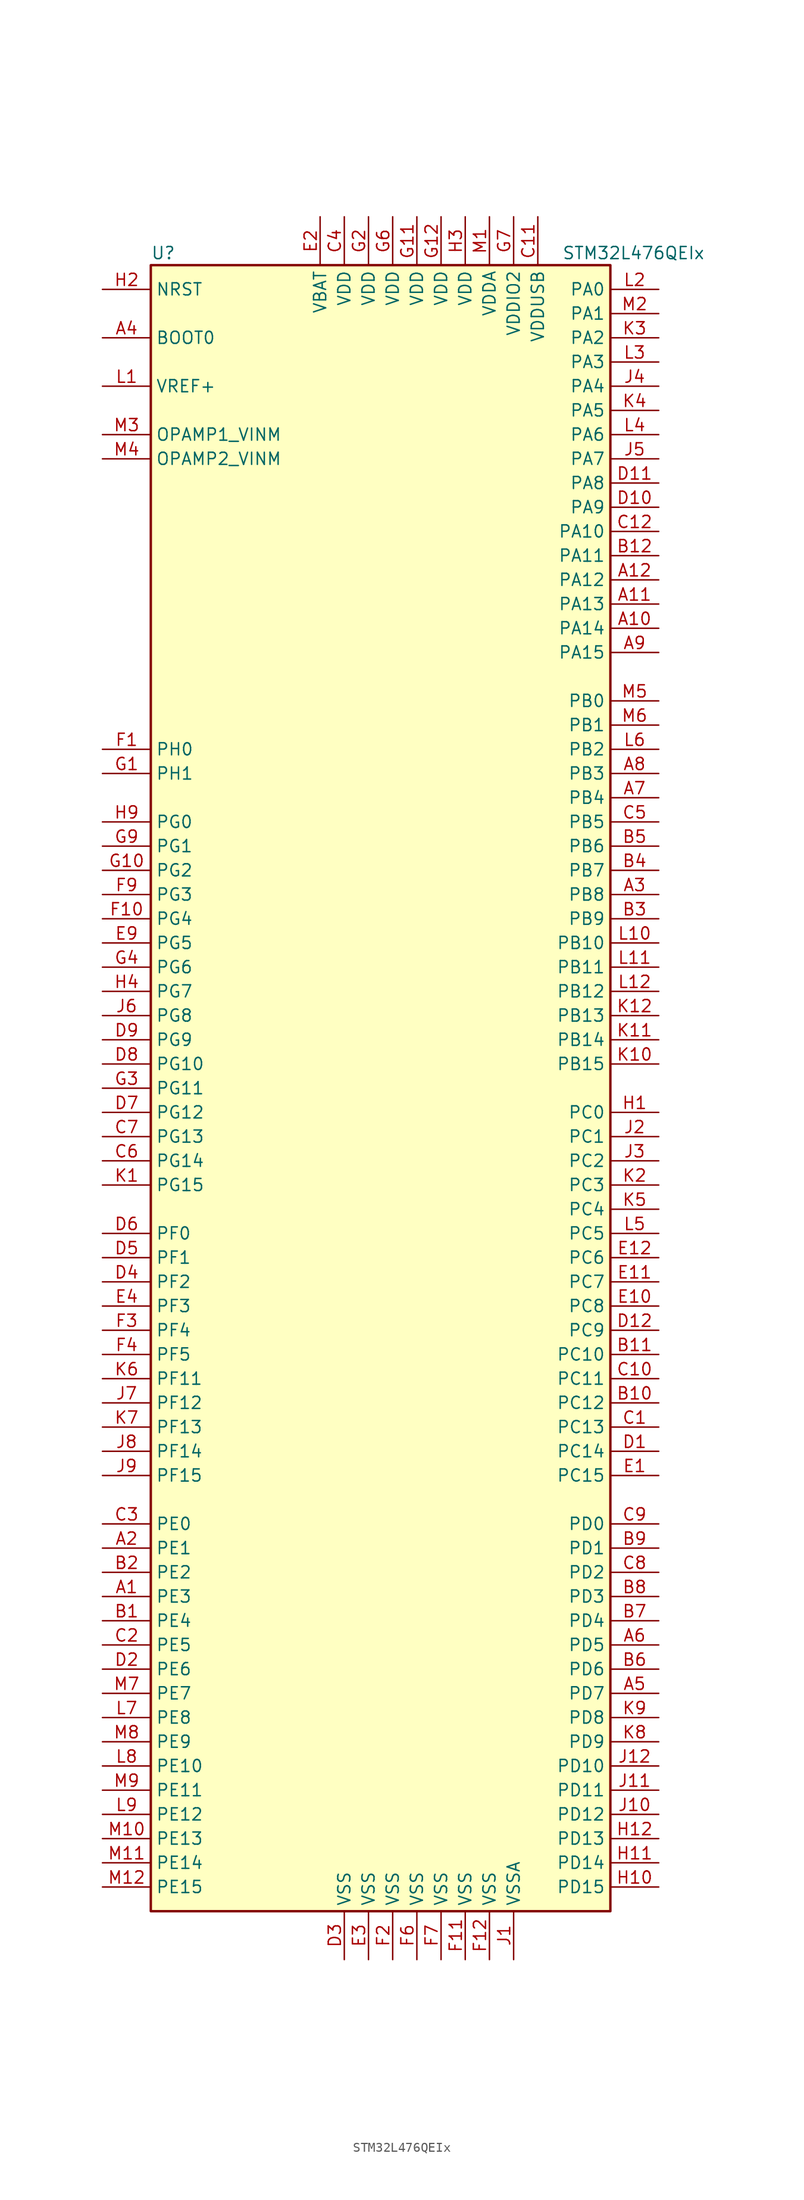
<source format=kicad_sym>
(kicad_symbol_lib
  (version 20211014)
  (generator kicad_symbol_editor)
  (symbol "STM32L476QEIx"
    (property "Reference" "U"
      (at -25.4 87.63 0)
      (effects (font (size 1.27 1.27)) (justify left)))
    (property "Value" "STM32L476QEIx"
      (at 17.78 87.63 0)
      (effects (font (size 1.27 1.27)) (justify left)))
    (symbol "STM32L476QEIx_0_1"
      (rectangle (start -25.4 -86.36) (end 22.86 86.36) (stroke (width 0.254) (type default) (color 0 0 0 0)) (fill (type background))))
    (symbol "STM32L476QEIx_1_1"
      (pin bidirectional line (at -30.48 -53.34 0) (length 5.08) (name "PE3" (effects (font (size 1.27 1.27)))) (number "A1" (effects (font (size 1.27 1.27)))))
      (pin bidirectional line (at 27.94 48.26 180) (length 5.08) (name "PA14" (effects (font (size 1.27 1.27)))) (number "A10" (effects (font (size 1.27 1.27)))))
      (pin bidirectional line (at 27.94 50.8 180) (length 5.08) (name "PA13" (effects (font (size 1.27 1.27)))) (number "A11" (effects (font (size 1.27 1.27)))))
      (pin bidirectional line (at 27.94 53.34 180) (length 5.08) (name "PA12" (effects (font (size 1.27 1.27)))) (number "A12" (effects (font (size 1.27 1.27)))))
      (pin bidirectional line (at -30.48 -48.26 0) (length 5.08) (name "PE1" (effects (font (size 1.27 1.27)))) (number "A2" (effects (font (size 1.27 1.27)))))
      (pin bidirectional line (at 27.94 20.32 180) (length 5.08) (name "PB8" (effects (font (size 1.27 1.27)))) (number "A3" (effects (font (size 1.27 1.27)))))
      (pin input line (at -30.48 78.74 0) (length 5.08) (name "BOOT0" (effects (font (size 1.27 1.27)))) (number "A4" (effects (font (size 1.27 1.27)))))
      (pin bidirectional line (at 27.94 -63.5 180) (length 5.08) (name "PD7" (effects (font (size 1.27 1.27)))) (number "A5" (effects (font (size 1.27 1.27)))))
      (pin bidirectional line (at 27.94 -58.42 180) (length 5.08) (name "PD5" (effects (font (size 1.27 1.27)))) (number "A6" (effects (font (size 1.27 1.27)))))
      (pin bidirectional line (at 27.94 30.48 180) (length 5.08) (name "PB4" (effects (font (size 1.27 1.27)))) (number "A7" (effects (font (size 1.27 1.27)))))
      (pin bidirectional line (at 27.94 33.02 180) (length 5.08) (name "PB3" (effects (font (size 1.27 1.27)))) (number "A8" (effects (font (size 1.27 1.27)))))
      (pin bidirectional line (at 27.94 45.72 180) (length 5.08) (name "PA15" (effects (font (size 1.27 1.27)))) (number "A9" (effects (font (size 1.27 1.27)))))
      (pin bidirectional line (at -30.48 -55.88 0) (length 5.08) (name "PE4" (effects (font (size 1.27 1.27)))) (number "B1" (effects (font (size 1.27 1.27)))))
      (pin bidirectional line (at 27.94 -33.02 180) (length 5.08) (name "PC12" (effects (font (size 1.27 1.27)))) (number "B10" (effects (font (size 1.27 1.27)))))
      (pin bidirectional line (at 27.94 -27.94 180) (length 5.08) (name "PC10" (effects (font (size 1.27 1.27)))) (number "B11" (effects (font (size 1.27 1.27)))))
      (pin bidirectional line (at 27.94 55.88 180) (length 5.08) (name "PA11" (effects (font (size 1.27 1.27)))) (number "B12" (effects (font (size 1.27 1.27)))))
      (pin bidirectional line (at -30.48 -50.8 0) (length 5.08) (name "PE2" (effects (font (size 1.27 1.27)))) (number "B2" (effects (font (size 1.27 1.27)))))
      (pin bidirectional line (at 27.94 17.78 180) (length 5.08) (name "PB9" (effects (font (size 1.27 1.27)))) (number "B3" (effects (font (size 1.27 1.27)))))
      (pin bidirectional line (at 27.94 22.86 180) (length 5.08) (name "PB7" (effects (font (size 1.27 1.27)))) (number "B4" (effects (font (size 1.27 1.27)))))
      (pin bidirectional line (at 27.94 25.4 180) (length 5.08) (name "PB6" (effects (font (size 1.27 1.27)))) (number "B5" (effects (font (size 1.27 1.27)))))
      (pin bidirectional line (at 27.94 -60.96 180) (length 5.08) (name "PD6" (effects (font (size 1.27 1.27)))) (number "B6" (effects (font (size 1.27 1.27)))))
      (pin bidirectional line (at 27.94 -55.88 180) (length 5.08) (name "PD4" (effects (font (size 1.27 1.27)))) (number "B7" (effects (font (size 1.27 1.27)))))
      (pin bidirectional line (at 27.94 -53.34 180) (length 5.08) (name "PD3" (effects (font (size 1.27 1.27)))) (number "B8" (effects (font (size 1.27 1.27)))))
      (pin bidirectional line (at 27.94 -48.26 180) (length 5.08) (name "PD1" (effects (font (size 1.27 1.27)))) (number "B9" (effects (font (size 1.27 1.27)))))
      (pin bidirectional line (at 27.94 -35.56 180) (length 5.08) (name "PC13" (effects (font (size 1.27 1.27)))) (number "C1" (effects (font (size 1.27 1.27)))))
      (pin bidirectional line (at 27.94 -30.48 180) (length 5.08) (name "PC11" (effects (font (size 1.27 1.27)))) (number "C10" (effects (font (size 1.27 1.27)))))
      (pin power_in line (at 15.24 91.44 270) (length 5.08) (name "VDDUSB" (effects (font (size 1.27 1.27)))) (number "C11" (effects (font (size 1.27 1.27)))))
      (pin bidirectional line (at 27.94 58.42 180) (length 5.08) (name "PA10" (effects (font (size 1.27 1.27)))) (number "C12" (effects (font (size 1.27 1.27)))))
      (pin bidirectional line (at -30.48 -58.42 0) (length 5.08) (name "PE5" (effects (font (size 1.27 1.27)))) (number "C2" (effects (font (size 1.27 1.27)))))
      (pin bidirectional line (at -30.48 -45.72 0) (length 5.08) (name "PE0" (effects (font (size 1.27 1.27)))) (number "C3" (effects (font (size 1.27 1.27)))))
      (pin power_in line (at -5.08 91.44 270) (length 5.08) (name "VDD" (effects (font (size 1.27 1.27)))) (number "C4" (effects (font (size 1.27 1.27)))))
      (pin bidirectional line (at 27.94 27.94 180) (length 5.08) (name "PB5" (effects (font (size 1.27 1.27)))) (number "C5" (effects (font (size 1.27 1.27)))))
      (pin bidirectional line (at -30.48 -7.62 0) (length 5.08) (name "PG14" (effects (font (size 1.27 1.27)))) (number "C6" (effects (font (size 1.27 1.27)))))
      (pin bidirectional line (at -30.48 -5.08 0) (length 5.08) (name "PG13" (effects (font (size 1.27 1.27)))) (number "C7" (effects (font (size 1.27 1.27)))))
      (pin bidirectional line (at 27.94 -50.8 180) (length 5.08) (name "PD2" (effects (font (size 1.27 1.27)))) (number "C8" (effects (font (size 1.27 1.27)))))
      (pin bidirectional line (at 27.94 -45.72 180) (length 5.08) (name "PD0" (effects (font (size 1.27 1.27)))) (number "C9" (effects (font (size 1.27 1.27)))))
      (pin bidirectional line (at 27.94 -38.1 180) (length 5.08) (name "PC14" (effects (font (size 1.27 1.27)))) (number "D1" (effects (font (size 1.27 1.27)))))
      (pin bidirectional line (at 27.94 60.96 180) (length 5.08) (name "PA9" (effects (font (size 1.27 1.27)))) (number "D10" (effects (font (size 1.27 1.27)))))
      (pin bidirectional line (at 27.94 63.5 180) (length 5.08) (name "PA8" (effects (font (size 1.27 1.27)))) (number "D11" (effects (font (size 1.27 1.27)))))
      (pin bidirectional line (at 27.94 -25.4 180) (length 5.08) (name "PC9" (effects (font (size 1.27 1.27)))) (number "D12" (effects (font (size 1.27 1.27)))))
      (pin bidirectional line (at -30.48 -60.96 0) (length 5.08) (name "PE6" (effects (font (size 1.27 1.27)))) (number "D2" (effects (font (size 1.27 1.27)))))
      (pin power_in line (at -5.08 -91.44 90) (length 5.08) (name "VSS" (effects (font (size 1.27 1.27)))) (number "D3" (effects (font (size 1.27 1.27)))))
      (pin bidirectional line (at -30.48 -20.32 0) (length 5.08) (name "PF2" (effects (font (size 1.27 1.27)))) (number "D4" (effects (font (size 1.27 1.27)))))
      (pin bidirectional line (at -30.48 -17.78 0) (length 5.08) (name "PF1" (effects (font (size 1.27 1.27)))) (number "D5" (effects (font (size 1.27 1.27)))))
      (pin bidirectional line (at -30.48 -15.24 0) (length 5.08) (name "PF0" (effects (font (size 1.27 1.27)))) (number "D6" (effects (font (size 1.27 1.27)))))
      (pin bidirectional line (at -30.48 -2.54 0) (length 5.08) (name "PG12" (effects (font (size 1.27 1.27)))) (number "D7" (effects (font (size 1.27 1.27)))))
      (pin bidirectional line (at -30.48 2.54 0) (length 5.08) (name "PG10" (effects (font (size 1.27 1.27)))) (number "D8" (effects (font (size 1.27 1.27)))))
      (pin bidirectional line (at -30.48 5.08 0) (length 5.08) (name "PG9" (effects (font (size 1.27 1.27)))) (number "D9" (effects (font (size 1.27 1.27)))))
      (pin bidirectional line (at 27.94 -40.64 180) (length 5.08) (name "PC15" (effects (font (size 1.27 1.27)))) (number "E1" (effects (font (size 1.27 1.27)))))
      (pin bidirectional line (at 27.94 -22.86 180) (length 5.08) (name "PC8" (effects (font (size 1.27 1.27)))) (number "E10" (effects (font (size 1.27 1.27)))))
      (pin bidirectional line (at 27.94 -20.32 180) (length 5.08) (name "PC7" (effects (font (size 1.27 1.27)))) (number "E11" (effects (font (size 1.27 1.27)))))
      (pin bidirectional line (at 27.94 -17.78 180) (length 5.08) (name "PC6" (effects (font (size 1.27 1.27)))) (number "E12" (effects (font (size 1.27 1.27)))))
      (pin power_in line (at -7.62 91.44 270) (length 5.08) (name "VBAT" (effects (font (size 1.27 1.27)))) (number "E2" (effects (font (size 1.27 1.27)))))
      (pin power_in line (at -2.54 -91.44 90) (length 5.08) (name "VSS" (effects (font (size 1.27 1.27)))) (number "E3" (effects (font (size 1.27 1.27)))))
      (pin bidirectional line (at -30.48 -22.86 0) (length 5.08) (name "PF3" (effects (font (size 1.27 1.27)))) (number "E4" (effects (font (size 1.27 1.27)))))
      (pin bidirectional line (at -30.48 15.24 0) (length 5.08) (name "PG5" (effects (font (size 1.27 1.27)))) (number "E9" (effects (font (size 1.27 1.27)))))
      (pin input line (at -30.48 35.56 0) (length 5.08) (name "PH0" (effects (font (size 1.27 1.27)))) (number "F1" (effects (font (size 1.27 1.27)))))
      (pin bidirectional line (at -30.48 17.78 0) (length 5.08) (name "PG4" (effects (font (size 1.27 1.27)))) (number "F10" (effects (font (size 1.27 1.27)))))
      (pin power_in line (at 7.62 -91.44 90) (length 5.08) (name "VSS" (effects (font (size 1.27 1.27)))) (number "F11" (effects (font (size 1.27 1.27)))))
      (pin power_in line (at 10.16 -91.44 90) (length 5.08) (name "VSS" (effects (font (size 1.27 1.27)))) (number "F12" (effects (font (size 1.27 1.27)))))
      (pin power_in line (at 0 -91.44 90) (length 5.08) (name "VSS" (effects (font (size 1.27 1.27)))) (number "F2" (effects (font (size 1.27 1.27)))))
      (pin bidirectional line (at -30.48 -25.4 0) (length 5.08) (name "PF4" (effects (font (size 1.27 1.27)))) (number "F3" (effects (font (size 1.27 1.27)))))
      (pin bidirectional line (at -30.48 -27.94 0) (length 5.08) (name "PF5" (effects (font (size 1.27 1.27)))) (number "F4" (effects (font (size 1.27 1.27)))))
      (pin power_in line (at 2.54 -91.44 90) (length 5.08) (name "VSS" (effects (font (size 1.27 1.27)))) (number "F6" (effects (font (size 1.27 1.27)))))
      (pin power_in line (at 5.08 -91.44 90) (length 5.08) (name "VSS" (effects (font (size 1.27 1.27)))) (number "F7" (effects (font (size 1.27 1.27)))))
      (pin bidirectional line (at -30.48 20.32 0) (length 5.08) (name "PG3" (effects (font (size 1.27 1.27)))) (number "F9" (effects (font (size 1.27 1.27)))))
      (pin input line (at -30.48 33.02 0) (length 5.08) (name "PH1" (effects (font (size 1.27 1.27)))) (number "G1" (effects (font (size 1.27 1.27)))))
      (pin bidirectional line (at -30.48 22.86 0) (length 5.08) (name "PG2" (effects (font (size 1.27 1.27)))) (number "G10" (effects (font (size 1.27 1.27)))))
      (pin power_in line (at 2.54 91.44 270) (length 5.08) (name "VDD" (effects (font (size 1.27 1.27)))) (number "G11" (effects (font (size 1.27 1.27)))))
      (pin power_in line (at 5.08 91.44 270) (length 5.08) (name "VDD" (effects (font (size 1.27 1.27)))) (number "G12" (effects (font (size 1.27 1.27)))))
      (pin power_in line (at -2.54 91.44 270) (length 5.08) (name "VDD" (effects (font (size 1.27 1.27)))) (number "G2" (effects (font (size 1.27 1.27)))))
      (pin bidirectional line (at -30.48 0 0) (length 5.08) (name "PG11" (effects (font (size 1.27 1.27)))) (number "G3" (effects (font (size 1.27 1.27)))))
      (pin bidirectional line (at -30.48 12.7 0) (length 5.08) (name "PG6" (effects (font (size 1.27 1.27)))) (number "G4" (effects (font (size 1.27 1.27)))))
      (pin power_in line (at 0 91.44 270) (length 5.08) (name "VDD" (effects (font (size 1.27 1.27)))) (number "G6" (effects (font (size 1.27 1.27)))))
      (pin power_in line (at 12.7 91.44 270) (length 5.08) (name "VDDIO2" (effects (font (size 1.27 1.27)))) (number "G7" (effects (font (size 1.27 1.27)))))
      (pin bidirectional line (at -30.48 25.4 0) (length 5.08) (name "PG1" (effects (font (size 1.27 1.27)))) (number "G9" (effects (font (size 1.27 1.27)))))
      (pin bidirectional line (at 27.94 -2.54 180) (length 5.08) (name "PC0" (effects (font (size 1.27 1.27)))) (number "H1" (effects (font (size 1.27 1.27)))))
      (pin bidirectional line (at 27.94 -83.82 180) (length 5.08) (name "PD15" (effects (font (size 1.27 1.27)))) (number "H10" (effects (font (size 1.27 1.27)))))
      (pin bidirectional line (at 27.94 -81.28 180) (length 5.08) (name "PD14" (effects (font (size 1.27 1.27)))) (number "H11" (effects (font (size 1.27 1.27)))))
      (pin bidirectional line (at 27.94 -78.74 180) (length 5.08) (name "PD13" (effects (font (size 1.27 1.27)))) (number "H12" (effects (font (size 1.27 1.27)))))
      (pin input line (at -30.48 83.82 0) (length 5.08) (name "NRST" (effects (font (size 1.27 1.27)))) (number "H2" (effects (font (size 1.27 1.27)))))
      (pin power_in line (at 7.62 91.44 270) (length 5.08) (name "VDD" (effects (font (size 1.27 1.27)))) (number "H3" (effects (font (size 1.27 1.27)))))
      (pin bidirectional line (at -30.48 10.16 0) (length 5.08) (name "PG7" (effects (font (size 1.27 1.27)))) (number "H4" (effects (font (size 1.27 1.27)))))
      (pin bidirectional line (at -30.48 27.94 0) (length 5.08) (name "PG0" (effects (font (size 1.27 1.27)))) (number "H9" (effects (font (size 1.27 1.27)))))
      (pin power_in line (at 12.7 -91.44 90) (length 5.08) (name "VSSA" (effects (font (size 1.27 1.27)))) (number "J1" (effects (font (size 1.27 1.27)))))
      (pin bidirectional line (at 27.94 -76.2 180) (length 5.08) (name "PD12" (effects (font (size 1.27 1.27)))) (number "J10" (effects (font (size 1.27 1.27)))))
      (pin bidirectional line (at 27.94 -73.66 180) (length 5.08) (name "PD11" (effects (font (size 1.27 1.27)))) (number "J11" (effects (font (size 1.27 1.27)))))
      (pin bidirectional line (at 27.94 -71.12 180) (length 5.08) (name "PD10" (effects (font (size 1.27 1.27)))) (number "J12" (effects (font (size 1.27 1.27)))))
      (pin bidirectional line (at 27.94 -5.08 180) (length 5.08) (name "PC1" (effects (font (size 1.27 1.27)))) (number "J2" (effects (font (size 1.27 1.27)))))
      (pin bidirectional line (at 27.94 -7.62 180) (length 5.08) (name "PC2" (effects (font (size 1.27 1.27)))) (number "J3" (effects (font (size 1.27 1.27)))))
      (pin bidirectional line (at 27.94 73.66 180) (length 5.08) (name "PA4" (effects (font (size 1.27 1.27)))) (number "J4" (effects (font (size 1.27 1.27)))))
      (pin bidirectional line (at 27.94 66.04 180) (length 5.08) (name "PA7" (effects (font (size 1.27 1.27)))) (number "J5" (effects (font (size 1.27 1.27)))))
      (pin bidirectional line (at -30.48 7.62 0) (length 5.08) (name "PG8" (effects (font (size 1.27 1.27)))) (number "J6" (effects (font (size 1.27 1.27)))))
      (pin bidirectional line (at -30.48 -33.02 0) (length 5.08) (name "PF12" (effects (font (size 1.27 1.27)))) (number "J7" (effects (font (size 1.27 1.27)))))
      (pin bidirectional line (at -30.48 -38.1 0) (length 5.08) (name "PF14" (effects (font (size 1.27 1.27)))) (number "J8" (effects (font (size 1.27 1.27)))))
      (pin bidirectional line (at -30.48 -40.64 0) (length 5.08) (name "PF15" (effects (font (size 1.27 1.27)))) (number "J9" (effects (font (size 1.27 1.27)))))
      (pin bidirectional line (at -30.48 -10.16 0) (length 5.08) (name "PG15" (effects (font (size 1.27 1.27)))) (number "K1" (effects (font (size 1.27 1.27)))))
      (pin bidirectional line (at 27.94 2.54 180) (length 5.08) (name "PB15" (effects (font (size 1.27 1.27)))) (number "K10" (effects (font (size 1.27 1.27)))))
      (pin bidirectional line (at 27.94 5.08 180) (length 5.08) (name "PB14" (effects (font (size 1.27 1.27)))) (number "K11" (effects (font (size 1.27 1.27)))))
      (pin bidirectional line (at 27.94 7.62 180) (length 5.08) (name "PB13" (effects (font (size 1.27 1.27)))) (number "K12" (effects (font (size 1.27 1.27)))))
      (pin bidirectional line (at 27.94 -10.16 180) (length 5.08) (name "PC3" (effects (font (size 1.27 1.27)))) (number "K2" (effects (font (size 1.27 1.27)))))
      (pin bidirectional line (at 27.94 78.74 180) (length 5.08) (name "PA2" (effects (font (size 1.27 1.27)))) (number "K3" (effects (font (size 1.27 1.27)))))
      (pin bidirectional line (at 27.94 71.12 180) (length 5.08) (name "PA5" (effects (font (size 1.27 1.27)))) (number "K4" (effects (font (size 1.27 1.27)))))
      (pin bidirectional line (at 27.94 -12.7 180) (length 5.08) (name "PC4" (effects (font (size 1.27 1.27)))) (number "K5" (effects (font (size 1.27 1.27)))))
      (pin bidirectional line (at -30.48 -30.48 0) (length 5.08) (name "PF11" (effects (font (size 1.27 1.27)))) (number "K6" (effects (font (size 1.27 1.27)))))
      (pin bidirectional line (at -30.48 -35.56 0) (length 5.08) (name "PF13" (effects (font (size 1.27 1.27)))) (number "K7" (effects (font (size 1.27 1.27)))))
      (pin bidirectional line (at 27.94 -68.58 180) (length 5.08) (name "PD9" (effects (font (size 1.27 1.27)))) (number "K8" (effects (font (size 1.27 1.27)))))
      (pin bidirectional line (at 27.94 -66.04 180) (length 5.08) (name "PD8" (effects (font (size 1.27 1.27)))) (number "K9" (effects (font (size 1.27 1.27)))))
      (pin bidirectional line (at -30.48 73.66 0) (length 5.08) (name "VREF+" (effects (font (size 1.27 1.27)))) (number "L1" (effects (font (size 1.27 1.27)))))
      (pin bidirectional line (at 27.94 15.24 180) (length 5.08) (name "PB10" (effects (font (size 1.27 1.27)))) (number "L10" (effects (font (size 1.27 1.27)))))
      (pin bidirectional line (at 27.94 12.7 180) (length 5.08) (name "PB11" (effects (font (size 1.27 1.27)))) (number "L11" (effects (font (size 1.27 1.27)))))
      (pin bidirectional line (at 27.94 10.16 180) (length 5.08) (name "PB12" (effects (font (size 1.27 1.27)))) (number "L12" (effects (font (size 1.27 1.27)))))
      (pin bidirectional line (at 27.94 83.82 180) (length 5.08) (name "PA0" (effects (font (size 1.27 1.27)))) (number "L2" (effects (font (size 1.27 1.27)))))
      (pin bidirectional line (at 27.94 76.2 180) (length 5.08) (name "PA3" (effects (font (size 1.27 1.27)))) (number "L3" (effects (font (size 1.27 1.27)))))
      (pin bidirectional line (at 27.94 68.58 180) (length 5.08) (name "PA6" (effects (font (size 1.27 1.27)))) (number "L4" (effects (font (size 1.27 1.27)))))
      (pin bidirectional line (at 27.94 -15.24 180) (length 5.08) (name "PC5" (effects (font (size 1.27 1.27)))) (number "L5" (effects (font (size 1.27 1.27)))))
      (pin bidirectional line (at 27.94 35.56 180) (length 5.08) (name "PB2" (effects (font (size 1.27 1.27)))) (number "L6" (effects (font (size 1.27 1.27)))))
      (pin bidirectional line (at -30.48 -66.04 0) (length 5.08) (name "PE8" (effects (font (size 1.27 1.27)))) (number "L7" (effects (font (size 1.27 1.27)))))
      (pin bidirectional line (at -30.48 -71.12 0) (length 5.08) (name "PE10" (effects (font (size 1.27 1.27)))) (number "L8" (effects (font (size 1.27 1.27)))))
      (pin bidirectional line (at -30.48 -76.2 0) (length 5.08) (name "PE12" (effects (font (size 1.27 1.27)))) (number "L9" (effects (font (size 1.27 1.27)))))
      (pin power_in line (at 10.16 91.44 270) (length 5.08) (name "VDDA" (effects (font (size 1.27 1.27)))) (number "M1" (effects (font (size 1.27 1.27)))))
      (pin bidirectional line (at -30.48 -78.74 0) (length 5.08) (name "PE13" (effects (font (size 1.27 1.27)))) (number "M10" (effects (font (size 1.27 1.27)))))
      (pin bidirectional line (at -30.48 -81.28 0) (length 5.08) (name "PE14" (effects (font (size 1.27 1.27)))) (number "M11" (effects (font (size 1.27 1.27)))))
      (pin bidirectional line (at -30.48 -83.82 0) (length 5.08) (name "PE15" (effects (font (size 1.27 1.27)))) (number "M12" (effects (font (size 1.27 1.27)))))
      (pin bidirectional line (at 27.94 81.28 180) (length 5.08) (name "PA1" (effects (font (size 1.27 1.27)))) (number "M2" (effects (font (size 1.27 1.27)))))
      (pin bidirectional line (at -30.48 68.58 0) (length 5.08) (name "OPAMP1_VINM" (effects (font (size 1.27 1.27)))) (number "M3" (effects (font (size 1.27 1.27)))))
      (pin bidirectional line (at -30.48 66.04 0) (length 5.08) (name "OPAMP2_VINM" (effects (font (size 1.27 1.27)))) (number "M4" (effects (font (size 1.27 1.27)))))
      (pin bidirectional line (at 27.94 40.64 180) (length 5.08) (name "PB0" (effects (font (size 1.27 1.27)))) (number "M5" (effects (font (size 1.27 1.27)))))
      (pin bidirectional line (at 27.94 38.1 180) (length 5.08) (name "PB1" (effects (font (size 1.27 1.27)))) (number "M6" (effects (font (size 1.27 1.27)))))
      (pin bidirectional line (at -30.48 -63.5 0) (length 5.08) (name "PE7" (effects (font (size 1.27 1.27)))) (number "M7" (effects (font (size 1.27 1.27)))))
      (pin bidirectional line (at -30.48 -68.58 0) (length 5.08) (name "PE9" (effects (font (size 1.27 1.27)))) (number "M8" (effects (font (size 1.27 1.27)))))
      (pin bidirectional line (at -30.48 -73.66 0) (length 5.08) (name "PE11" (effects (font (size 1.27 1.27)))) (number "M9" (effects (font (size 1.27 1.27))))))))
</source>
